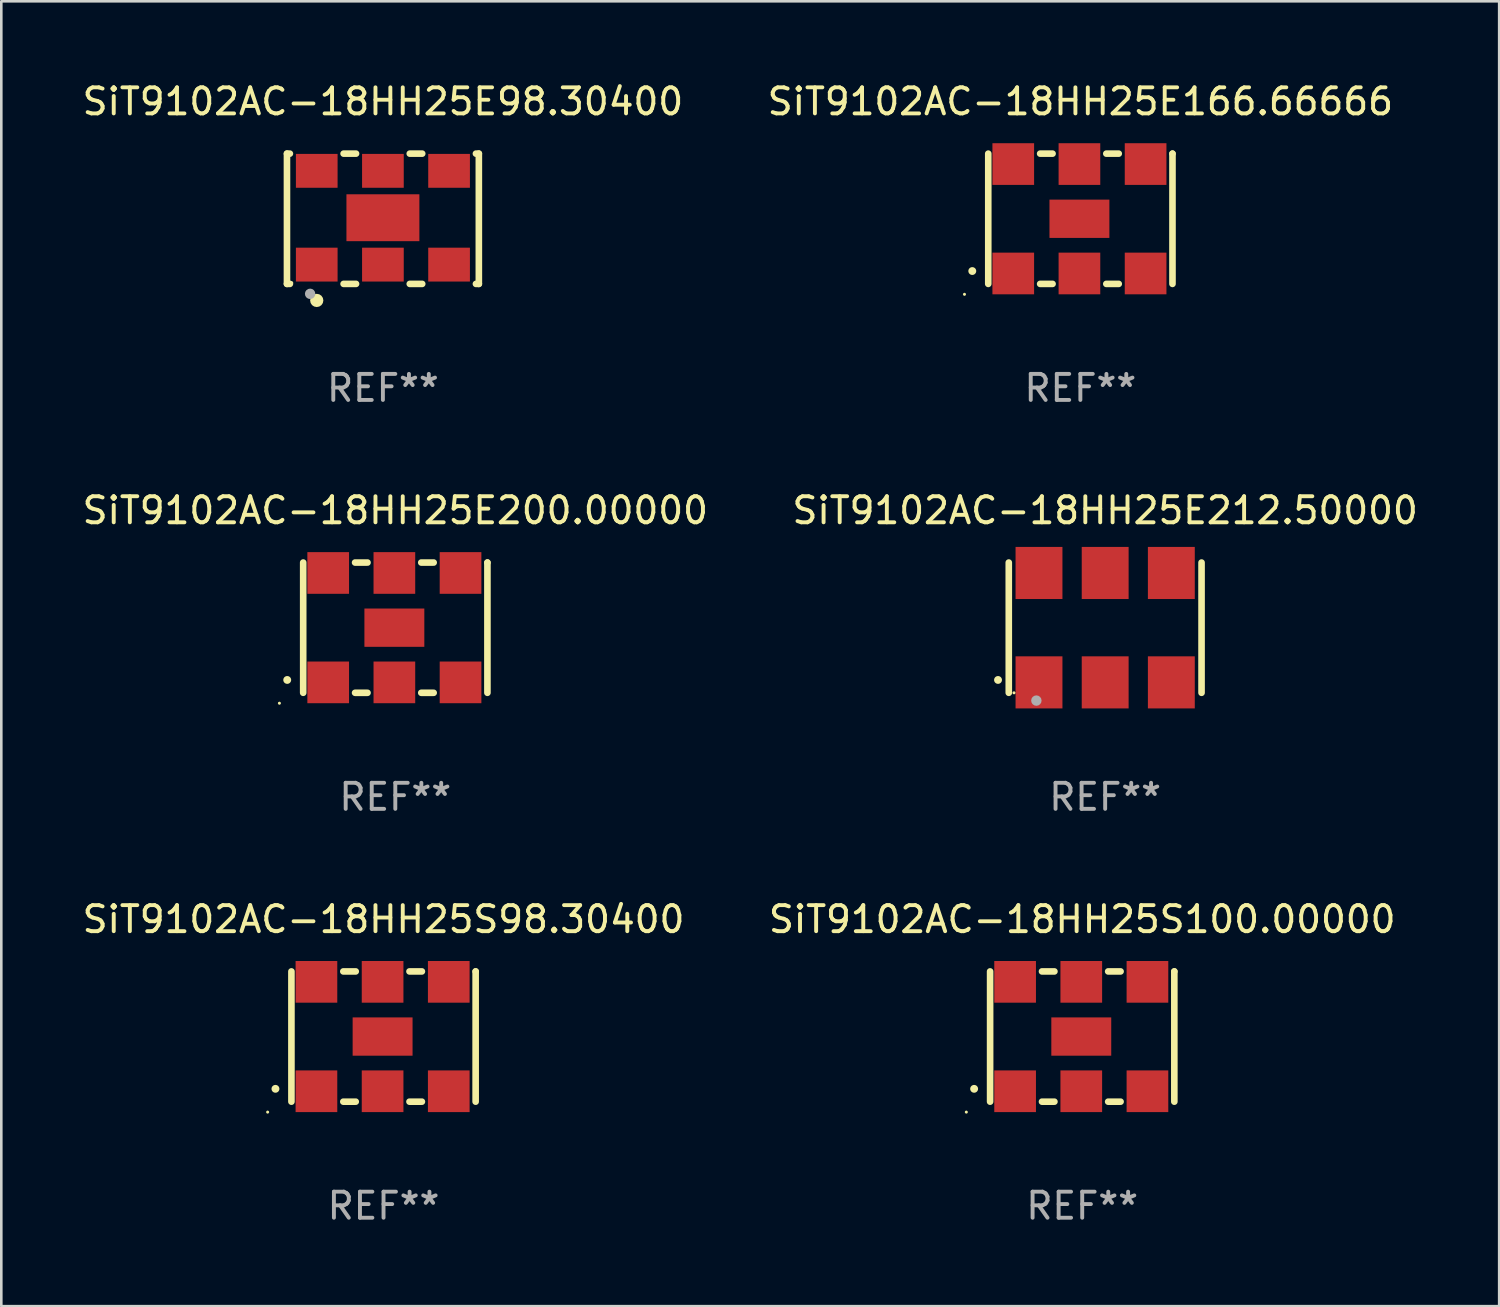
<source format=kicad_pcb>
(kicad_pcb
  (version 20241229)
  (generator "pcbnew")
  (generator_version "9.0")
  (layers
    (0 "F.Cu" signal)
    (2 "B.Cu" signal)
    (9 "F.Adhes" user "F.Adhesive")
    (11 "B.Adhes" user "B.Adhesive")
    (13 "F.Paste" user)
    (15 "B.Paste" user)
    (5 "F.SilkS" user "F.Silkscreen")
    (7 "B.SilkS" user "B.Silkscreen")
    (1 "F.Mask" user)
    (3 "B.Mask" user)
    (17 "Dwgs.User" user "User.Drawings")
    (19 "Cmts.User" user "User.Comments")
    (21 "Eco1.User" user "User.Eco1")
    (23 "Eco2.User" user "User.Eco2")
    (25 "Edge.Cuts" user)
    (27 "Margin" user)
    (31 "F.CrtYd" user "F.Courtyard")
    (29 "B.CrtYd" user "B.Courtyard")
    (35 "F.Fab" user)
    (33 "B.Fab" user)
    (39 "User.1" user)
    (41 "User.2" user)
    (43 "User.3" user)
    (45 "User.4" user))
  (footprint "SiT9102AC-18HH25E98.30400"
    (layer "F.Cu")
    (at 11.649 5.348)
    (property "Reference" "SiT9102AC-18HH25E98.30400" (at 0 -4.5 0) (layer "F.SilkS") (effects (font (size 1 1) (thickness 0.15))))
    (attr through_hole)
    (fp_line (start -3.683 -2.5) (end -3.571 -2.5) (stroke (width 0.254) (type solid)) (layer "F.SilkS"))
    (fp_line (start -3.683 2.5) (end -3.683 -2.5) (stroke (width 0.254) (type solid)) (layer "F.SilkS"))
    (fp_line (start -3.683 2.5) (end -3.571 2.5) (stroke (width 0.254) (type solid)) (layer "F.SilkS"))
    (fp_line (start -1.509 -2.5) (end -1.031 -2.5) (stroke (width 0.254) (type solid)) (layer "F.SilkS"))
    (fp_line (start -1.509 2.5) (end -1.031 2.5) (stroke (width 0.254) (type solid)) (layer "F.SilkS"))
    (fp_line (start 1.031 -2.5) (end 1.509 -2.5) (stroke (width 0.254) (type solid)) (layer "F.SilkS"))
    (fp_line (start 1.031 2.5) (end 1.509 2.5) (stroke (width 0.254) (type solid)) (layer "F.SilkS"))
    (fp_line (start 3.571 -2.5) (end 3.683 -2.5) (stroke (width 0.254) (type solid)) (layer "F.SilkS"))
    (fp_line (start 3.571 2.5) (end 3.683 2.5) (stroke (width 0.254) (type solid)) (layer "F.SilkS"))
    (fp_line (start 3.683 2.5) (end 3.683 -2.5) (stroke (width 0.254) (type solid)) (layer "F.SilkS"))
    (fp_circle (center -3.5 2.46) (end -3.47 2.46) (stroke (width 0.06) (type solid)) (fill no) (layer "F.SilkS"))
    (fp_circle (center -2.54 3.135) (end -2.413 3.135) (stroke (width 0.254) (type solid)) (fill no) (layer "F.SilkS"))
    (fp_circle (center -2.794 2.881) (end -2.694 2.881) (stroke (width 0.2) (type solid)) (fill no) (layer "F.Fab"))
    (fp_text user "REF**" (at 0 6.5 0) (layer "F.Fab") (effects (font (size 1 1) (thickness 0.15))))
    (pad "1" smd rect (at -2.54 1.76) (size 1.6 1.3) (layers "F.Cu" "F.Mask" "F.Paste"))
    (pad "2" smd rect (at 0 1.76) (size 1.6 1.3) (layers "F.Cu" "F.Mask" "F.Paste"))
    (pad "3" smd rect (at 2.54 1.76) (size 1.6 1.3) (layers "F.Cu" "F.Mask" "F.Paste"))
    (pad "4" smd rect (at 2.54 -1.84) (size 1.6 1.3) (layers "F.Cu" "F.Mask" "F.Paste"))
    (pad "5" smd rect (at 0 -1.84) (size 1.6 1.3) (layers "F.Cu" "F.Mask" "F.Paste"))
    (pad "6" smd rect (at -2.54 -1.84) (size 1.6 1.3) (layers "F.Cu" "F.Mask" "F.Paste"))
    (pad "7" smd rect (at 0 -0.04) (size 2.8 1.8) (layers "F.Cu" "F.Mask" "F.Paste")))
  (footprint "SiT9102AC-18HH25E200.00000"
    (layer "F.Cu")
    (at 12.125 21.045)
    (property "Reference" "SiT9102AC-18HH25E200.00000" (at 0 -4.5 0) (layer "F.SilkS") (effects (font (size 1 1) (thickness 0.15))))
    (attr through_hole)
    (fp_line (start -3.536 -2.5) (end -3.536 2.5) (stroke (width 0.254) (type solid)) (layer "F.SilkS"))
    (fp_line (start -1.544 2.5) (end -1.067 2.5) (stroke (width 0.254) (type solid)) (layer "F.SilkS"))
    (fp_line (start -1.067 -2.5) (end -1.544 -2.5) (stroke (width 0.254) (type solid)) (layer "F.SilkS"))
    (fp_line (start 0.996 2.5) (end 1.473 2.5) (stroke (width 0.254) (type solid)) (layer "F.SilkS"))
    (fp_line (start 1.473 -2.5) (end 0.996 -2.5) (stroke (width 0.254) (type solid)) (layer "F.SilkS"))
    (fp_line (start 3.536 -2.5) (end 3.536 -2.5) (stroke (width 0.254) (type solid)) (layer "F.SilkS"))
    (fp_line (start 3.536 2.5) (end 3.536 -2.5) (stroke (width 0.254) (type solid)) (layer "F.SilkS"))
    (fp_arc (start -4.150432 2.006604) (mid -4.149162 2.006599) (end -4.147892 2.006604) (stroke (width 0.3) (type solid)) (layer "F.SilkS"))
    (fp_circle (center -4.449 2.9) (end -4.419 2.9) (stroke (width 0.06) (type solid)) (fill no) (layer "F.SilkS"))
    (fp_text user "REF**" (at 0 6.5 0) (layer "F.Fab") (effects (font (size 1 1) (thickness 0.15))))
    (pad "1" smd rect (at -2.576 2.1) (size 1.6 1.6) (layers "F.Cu" "F.Mask" "F.Paste"))
    (pad "2" smd rect (at -0.036 2.1) (size 1.6 1.6) (layers "F.Cu" "F.Mask" "F.Paste"))
    (pad "3" smd rect (at 2.504 2.1) (size 1.6 1.6) (layers "F.Cu" "F.Mask" "F.Paste"))
    (pad "4" smd rect (at 2.504 -2.1) (size 1.6 1.6) (layers "F.Cu" "F.Mask" "F.Paste"))
    (pad "5" smd rect (at -0.036 -2.1) (size 1.6 1.6) (layers "F.Cu" "F.Mask" "F.Paste"))
    (pad "6" smd rect (at -2.576 -2.1) (size 1.6 1.6) (layers "F.Cu" "F.Mask" "F.Paste"))
    (pad "7" smd rect (at -0.036 0) (size 2.3 1.47) (layers "F.Cu" "F.Mask" "F.Paste")))
  (footprint "SiT9102AC-18HH25S100.00000"
    (layer "F.Cu")
    (at 38.494 36.741)
    (property "Reference" "SiT9102AC-18HH25S100.00000" (at 0 -4.5 0) (layer "F.SilkS") (effects (font (size 1 1) (thickness 0.15))))
    (attr through_hole)
    (fp_line (start -3.536 -2.5) (end -3.536 2.5) (stroke (width 0.254) (type solid)) (layer "F.SilkS"))
    (fp_line (start -1.544 2.5) (end -1.067 2.5) (stroke (width 0.254) (type solid)) (layer "F.SilkS"))
    (fp_line (start -1.067 -2.5) (end -1.544 -2.5) (stroke (width 0.254) (type solid)) (layer "F.SilkS"))
    (fp_line (start 0.996 2.5) (end 1.473 2.5) (stroke (width 0.254) (type solid)) (layer "F.SilkS"))
    (fp_line (start 1.473 -2.5) (end 0.996 -2.5) (stroke (width 0.254) (type solid)) (layer "F.SilkS"))
    (fp_line (start 3.536 -2.5) (end 3.536 -2.5) (stroke (width 0.254) (type solid)) (layer "F.SilkS"))
    (fp_line (start 3.536 2.5) (end 3.536 -2.5) (stroke (width 0.254) (type solid)) (layer "F.SilkS"))
    (fp_arc (start -4.150432 2.006604) (mid -4.149162 2.006599) (end -4.147892 2.006604) (stroke (width 0.3) (type solid)) (layer "F.SilkS"))
    (fp_circle (center -4.449 2.9) (end -4.419 2.9) (stroke (width 0.06) (type solid)) (fill no) (layer "F.SilkS"))
    (fp_text user "REF**" (at 0 6.5 0) (layer "F.Fab") (effects (font (size 1 1) (thickness 0.15))))
    (pad "1" smd rect (at -2.576 2.1) (size 1.6 1.6) (layers "F.Cu" "F.Mask" "F.Paste"))
    (pad "2" smd rect (at -0.036 2.1) (size 1.6 1.6) (layers "F.Cu" "F.Mask" "F.Paste"))
    (pad "3" smd rect (at 2.504 2.1) (size 1.6 1.6) (layers "F.Cu" "F.Mask" "F.Paste"))
    (pad "4" smd rect (at 2.504 -2.1) (size 1.6 1.6) (layers "F.Cu" "F.Mask" "F.Paste"))
    (pad "5" smd rect (at -0.036 -2.1) (size 1.6 1.6) (layers "F.Cu" "F.Mask" "F.Paste"))
    (pad "6" smd rect (at -2.576 -2.1) (size 1.6 1.6) (layers "F.Cu" "F.Mask" "F.Paste"))
    (pad "7" smd rect (at -0.036 0) (size 2.3 1.47) (layers "F.Cu" "F.Mask" "F.Paste")))
  (footprint "SiT9102AC-18HH25S98.30400"
    (layer "F.Cu")
    (at 11.673 36.741)
    (property "Reference" "SiT9102AC-18HH25S98.30400" (at 0 -4.5 0) (layer "F.SilkS") (effects (font (size 1 1) (thickness 0.15))))
    (attr through_hole)
    (fp_line (start -3.536 -2.5) (end -3.536 2.5) (stroke (width 0.254) (type solid)) (layer "F.SilkS"))
    (fp_line (start -1.544 2.5) (end -1.067 2.5) (stroke (width 0.254) (type solid)) (layer "F.SilkS"))
    (fp_line (start -1.067 -2.5) (end -1.544 -2.5) (stroke (width 0.254) (type solid)) (layer "F.SilkS"))
    (fp_line (start 0.996 2.5) (end 1.473 2.5) (stroke (width 0.254) (type solid)) (layer "F.SilkS"))
    (fp_line (start 1.473 -2.5) (end 0.996 -2.5) (stroke (width 0.254) (type solid)) (layer "F.SilkS"))
    (fp_line (start 3.536 -2.5) (end 3.536 -2.5) (stroke (width 0.254) (type solid)) (layer "F.SilkS"))
    (fp_line (start 3.536 2.5) (end 3.536 -2.5) (stroke (width 0.254) (type solid)) (layer "F.SilkS"))
    (fp_arc (start -4.150432 2.006604) (mid -4.149162 2.006599) (end -4.147892 2.006604) (stroke (width 0.3) (type solid)) (layer "F.SilkS"))
    (fp_circle (center -4.449 2.9) (end -4.419 2.9) (stroke (width 0.06) (type solid)) (fill no) (layer "F.SilkS"))
    (fp_text user "REF**" (at 0 6.5 0) (layer "F.Fab") (effects (font (size 1 1) (thickness 0.15))))
    (pad "1" smd rect (at -2.576 2.1) (size 1.6 1.6) (layers "F.Cu" "F.Mask" "F.Paste"))
    (pad "2" smd rect (at -0.036 2.1) (size 1.6 1.6) (layers "F.Cu" "F.Mask" "F.Paste"))
    (pad "3" smd rect (at 2.504 2.1) (size 1.6 1.6) (layers "F.Cu" "F.Mask" "F.Paste"))
    (pad "4" smd rect (at 2.504 -2.1) (size 1.6 1.6) (layers "F.Cu" "F.Mask" "F.Paste"))
    (pad "5" smd rect (at -0.036 -2.1) (size 1.6 1.6) (layers "F.Cu" "F.Mask" "F.Paste"))
    (pad "6" smd rect (at -2.576 -2.1) (size 1.6 1.6) (layers "F.Cu" "F.Mask" "F.Paste"))
    (pad "7" smd rect (at -0.036 0) (size 2.3 1.47) (layers "F.Cu" "F.Mask" "F.Paste")))
  (footprint "SiT9102AC-18HH25E166.66666"
    (layer "F.Cu")
    (at 38.423 5.348)
    (property "Reference" "SiT9102AC-18HH25E166.66666" (at 0 -4.5 0) (layer "F.SilkS") (effects (font (size 1 1) (thickness 0.15))))
    (attr through_hole)
    (fp_line (start -3.536 -2.5) (end -3.536 2.5) (stroke (width 0.254) (type solid)) (layer "F.SilkS"))
    (fp_line (start -1.544 2.5) (end -1.067 2.5) (stroke (width 0.254) (type solid)) (layer "F.SilkS"))
    (fp_line (start -1.067 -2.5) (end -1.544 -2.5) (stroke (width 0.254) (type solid)) (layer "F.SilkS"))
    (fp_line (start 0.996 2.5) (end 1.473 2.5) (stroke (width 0.254) (type solid)) (layer "F.SilkS"))
    (fp_line (start 1.473 -2.5) (end 0.996 -2.5) (stroke (width 0.254) (type solid)) (layer "F.SilkS"))
    (fp_line (start 3.536 -2.5) (end 3.536 -2.5) (stroke (width 0.254) (type solid)) (layer "F.SilkS"))
    (fp_line (start 3.536 2.5) (end 3.536 -2.5) (stroke (width 0.254) (type solid)) (layer "F.SilkS"))
    (fp_arc (start -4.150432 2.006604) (mid -4.149162 2.006599) (end -4.147892 2.006604) (stroke (width 0.3) (type solid)) (layer "F.SilkS"))
    (fp_circle (center -4.449 2.9) (end -4.419 2.9) (stroke (width 0.06) (type solid)) (fill no) (layer "F.SilkS"))
    (fp_text user "REF**" (at 0 6.5 0) (layer "F.Fab") (effects (font (size 1 1) (thickness 0.15))))
    (pad "1" smd rect (at -2.576 2.1) (size 1.6 1.6) (layers "F.Cu" "F.Mask" "F.Paste"))
    (pad "2" smd rect (at -0.036 2.1) (size 1.6 1.6) (layers "F.Cu" "F.Mask" "F.Paste"))
    (pad "3" smd rect (at 2.504 2.1) (size 1.6 1.6) (layers "F.Cu" "F.Mask" "F.Paste"))
    (pad "4" smd rect (at 2.504 -2.1) (size 1.6 1.6) (layers "F.Cu" "F.Mask" "F.Paste"))
    (pad "5" smd rect (at -0.036 -2.1) (size 1.6 1.6) (layers "F.Cu" "F.Mask" "F.Paste"))
    (pad "6" smd rect (at -2.576 -2.1) (size 1.6 1.6) (layers "F.Cu" "F.Mask" "F.Paste"))
    (pad "7" smd rect (at -0.036 0) (size 2.3 1.47) (layers "F.Cu" "F.Mask" "F.Paste")))
  (footprint "SiT9102AC-18HH25E212.50000"
    (layer "F.Cu")
    (at 39.375 21.045)
    (property "Reference" "SiT9102AC-18HH25E212.50000" (at 0 -4.5 0) (layer "F.SilkS") (effects (font (size 1 1) (thickness 0.15))))
    (attr through_hole)
    (fp_line (start -3.7 -2.5) (end -3.7 2.5) (stroke (width 0.254) (type solid)) (layer "F.SilkS"))
    (fp_line (start 3.7 -2.5) (end 3.7 2.5) (stroke (width 0.254) (type solid)) (layer "F.SilkS"))
    (fp_arc (start -4.114415 2.006604) (mid -4.113145 2.006599) (end -4.111875 2.006604) (stroke (width 0.3) (type solid)) (layer "F.SilkS"))
    (fp_circle (center -3.5 2.501) (end -3.47 2.501) (stroke (width 0.06) (type solid)) (fill no) (layer "F.SilkS"))
    (fp_circle (center -2.641 2.799) (end -2.541 2.799) (stroke (width 0.2) (type solid)) (fill no) (layer "F.Fab"))
    (fp_text user "REF**" (at 0 6.5 0) (layer "F.Fab") (effects (font (size 1 1) (thickness 0.15))))
    (pad "1" smd rect (at -2.54 2.1) (size 1.8 2) (layers "F.Cu" "F.Mask" "F.Paste"))
    (pad "2" smd rect (at 0.000394 2.1) (size 1.8 2) (layers "F.Cu" "F.Mask" "F.Paste"))
    (pad "3" smd rect (at 2.54 2.1) (size 1.8 2) (layers "F.Cu" "F.Mask" "F.Paste"))
    (pad "4" smd rect (at 2.54 -2.1) (size 1.8 2) (layers "F.Cu" "F.Mask" "F.Paste"))
    (pad "5" smd rect (at 0.000394 -2.1) (size 1.8 2) (layers "F.Cu" "F.Mask" "F.Paste"))
    (pad "6" smd rect (at -2.54 -2.1) (size 1.8 2) (layers "F.Cu" "F.Mask" "F.Paste")))
  (gr_rect
    (start -3 -3)
    (end 54.5 47.09)
    (stroke (width 0.1) (type default))
    (fill no)
    (layer "Edge.Cuts")))
</source>
